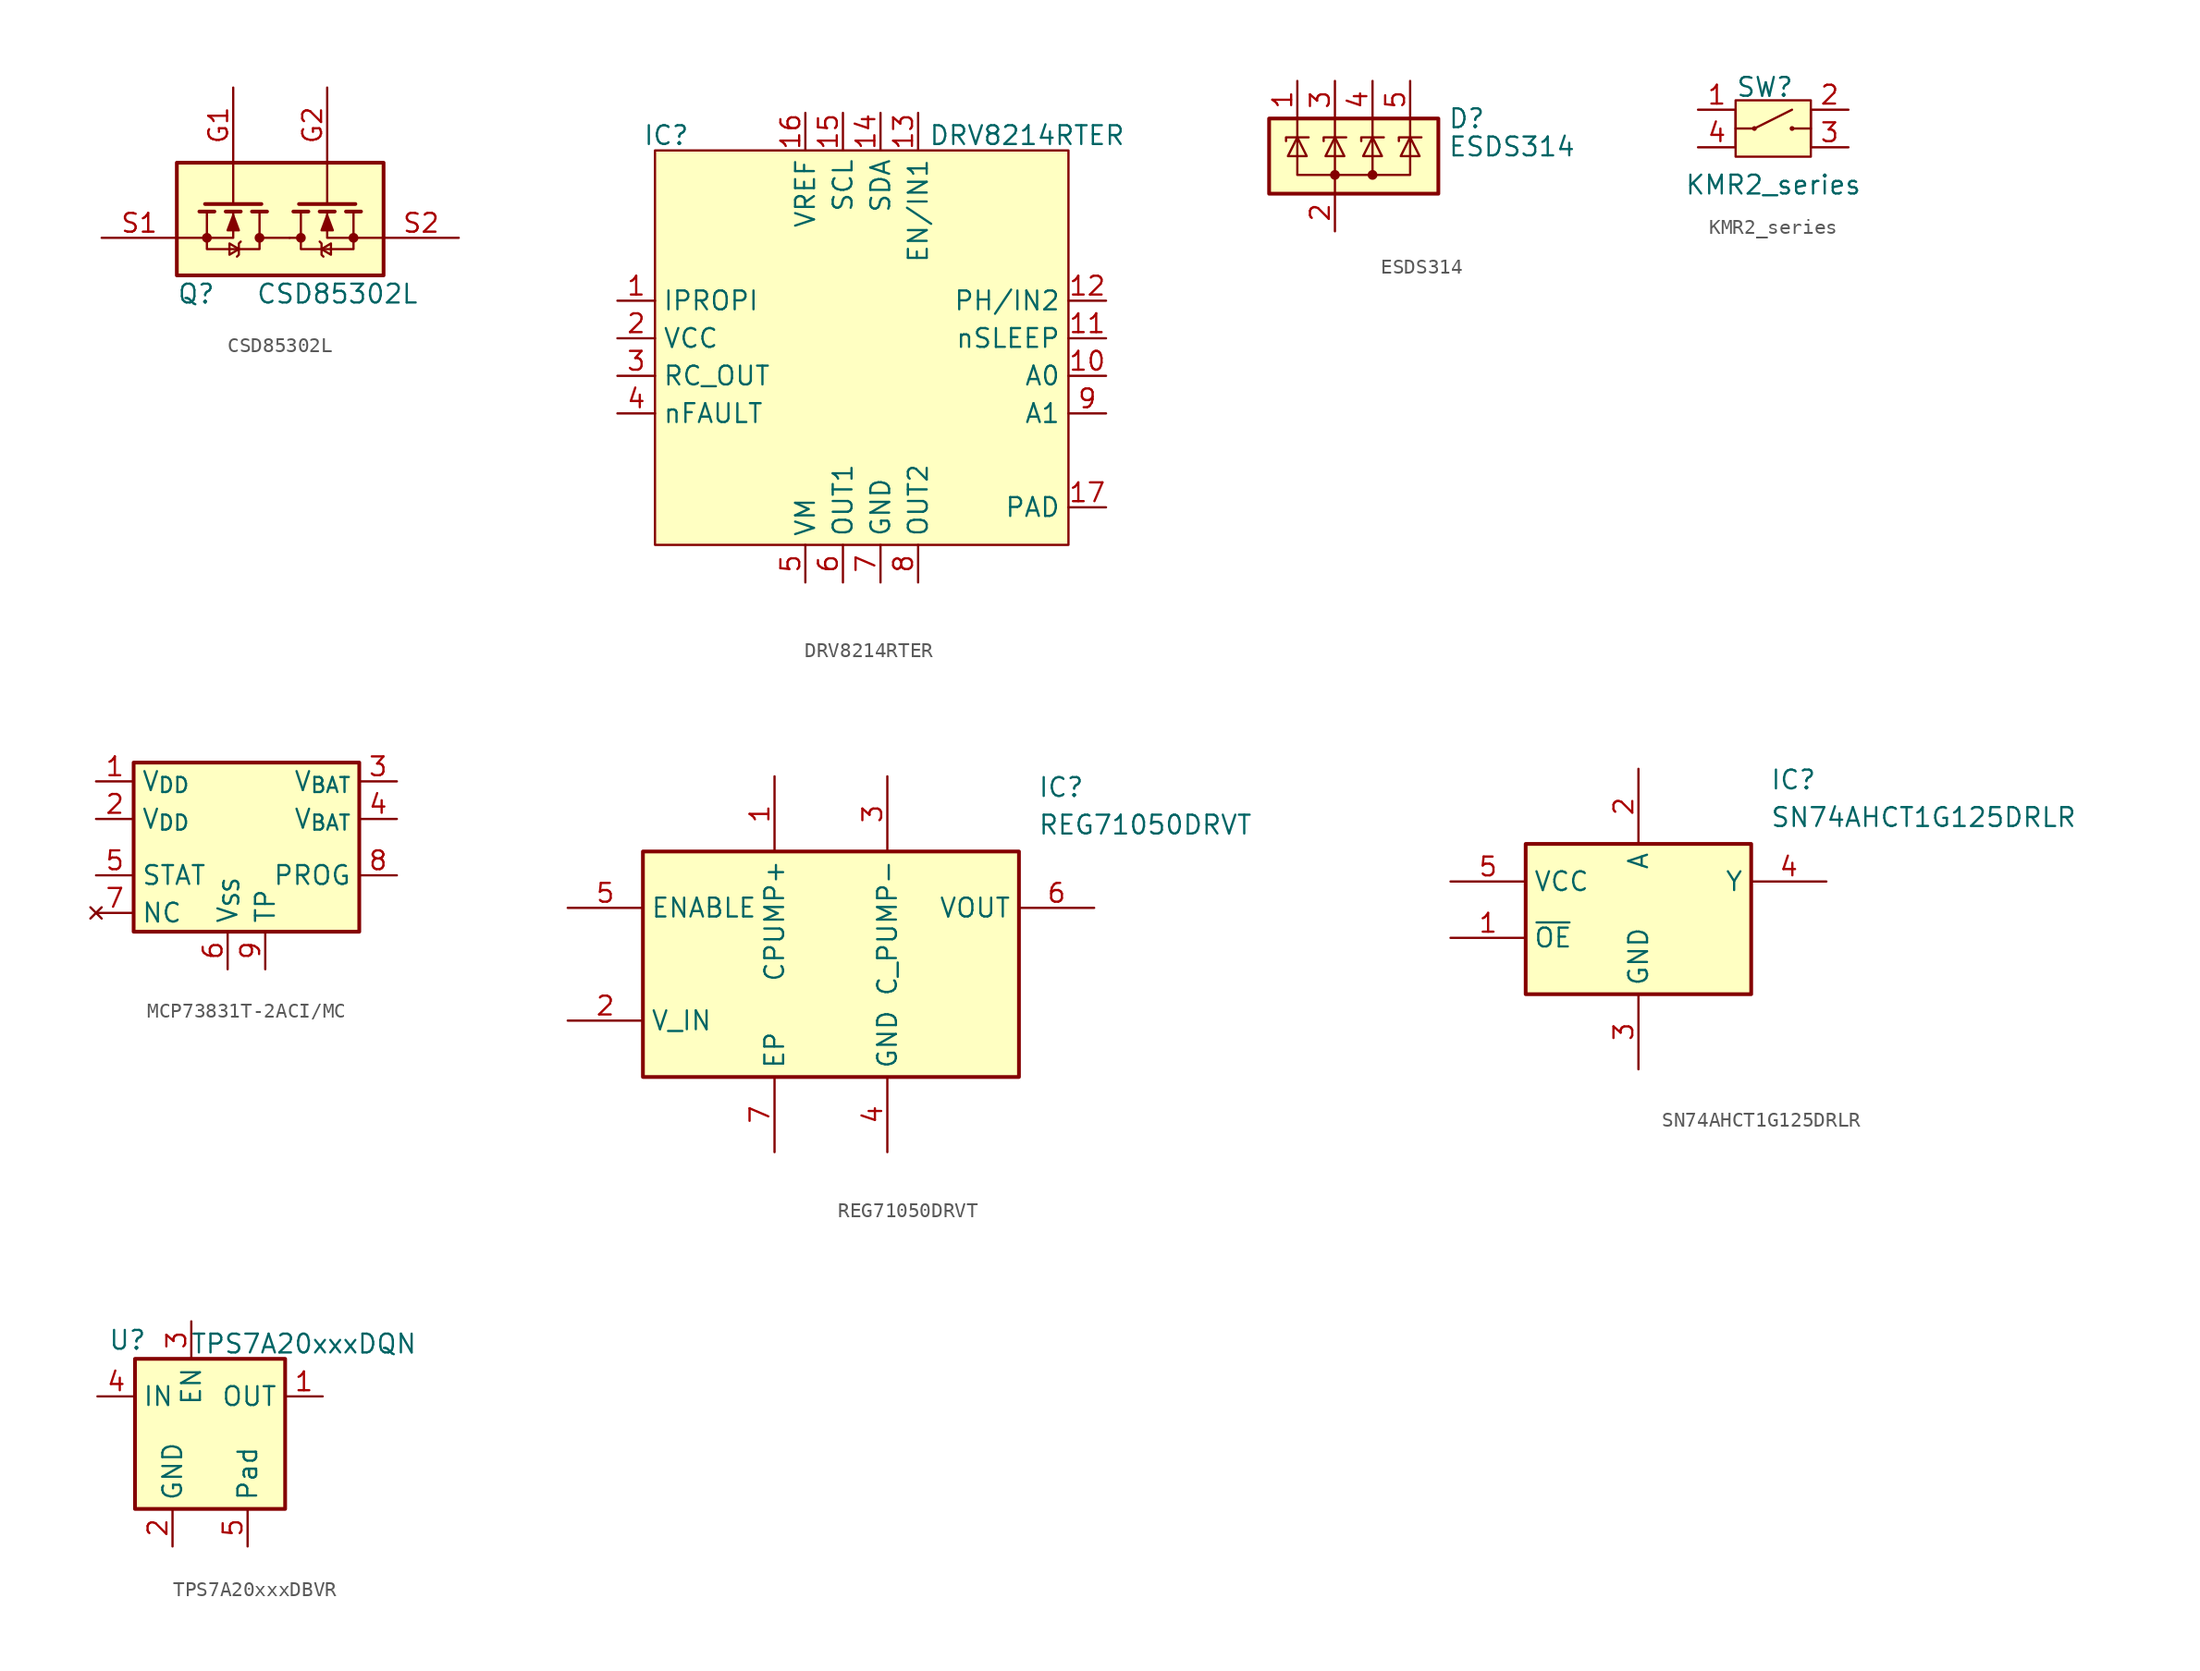
<source format=kicad_sym>
(kicad_symbol_lib
  (version 20241209)
  (generator "kicad_symbol_editor")
  (generator_version "9.0")
  (symbol "CSD85302L"
    (property "Reference" "Q"
      (at -6.35 -4.318 0)
      (effects (font (size 1.27 1.27)) (justify left top)))
    (property "Value" "CSD85302L"
      (at -1.016 -4.318 0)
      (effects (font (size 1.27 1.27)) (justify left top)))
    (symbol "CSD85302L_0_1"
      (polyline (pts (xy -6.35 -1.27) (xy -2.54 -1.27) (xy -2.54 0.508)) (stroke (width 0) (type default)) (fill (type none)))
      (polyline (pts (xy -4.318 0.508) (xy -4.318 -2.032) (xy -0.762 -2.032) (xy -0.762 0.508)) (stroke (width 0) (type default)) (fill (type none)))
      (circle (center -4.318 -1.27) (radius 0.254) (stroke (width 0) (type default)) (fill (type outline)))
      (polyline (pts (xy -3.81 0.508) (xy -4.826 0.508)) (stroke (width 0.254) (type default)) (fill (type none)))
      (polyline (pts (xy -2.54 1.016) (xy -2.54 3.81)) (stroke (width 0) (type default)) (fill (type none)))
      (polyline (pts (xy -2.54 0.254) (xy -2.159 -0.762) (xy -2.921 -0.762) (xy -2.54 0.254)) (stroke (width 0) (type default)) (fill (type outline)))
      (polyline (pts (xy -2.159 -2.032) (xy -2.794 -1.651) (xy -2.794 -2.413) (xy -2.159 -2.032)) (stroke (width 0) (type default)) (fill (type none)))
      (polyline (pts (xy -2.032 0.508) (xy -3.048 0.508)) (stroke (width 0.254) (type default)) (fill (type none)))
      (polyline (pts (xy -2.032 -1.524) (xy -2.159 -1.651) (xy -2.159 -2.413) (xy -2.286 -2.54)) (stroke (width 0) (type default)) (fill (type none)))
      (circle (center -0.762 -1.27) (radius 0.254) (stroke (width 0) (type default)) (fill (type outline)))
      (polyline (pts (xy -0.635 1.016) (xy -4.445 1.016)) (stroke (width 0.254) (type default)) (fill (type none)))
      (polyline (pts (xy -0.254 0.508) (xy -1.27 0.508)) (stroke (width 0.254) (type default)) (fill (type none)))
      (polyline (pts (xy 1.27 -1.27) (xy -0.762 -1.27)) (stroke (width 0) (type default)) (fill (type none)))
      (polyline (pts (xy 1.27 -1.27) (xy 2.032 -1.27)) (stroke (width 0) (type default)) (fill (type none)))
      (polyline (pts (xy 1.524 0.508) (xy 2.54 0.508)) (stroke (width 0.254) (type default)) (fill (type none)))
      (polyline (pts (xy 1.905 1.016) (xy 5.715 1.016)) (stroke (width 0.254) (type default)) (fill (type none)))
      (circle (center 2.032 -1.27) (radius 0.254) (stroke (width 0) (type default)) (fill (type outline)))
      (polyline (pts (xy 3.302 0.508) (xy 4.318 0.508)) (stroke (width 0.254) (type default)) (fill (type none)))
      (polyline (pts (xy 3.302 -1.524) (xy 3.429 -1.651) (xy 3.429 -2.413) (xy 3.556 -2.54)) (stroke (width 0) (type default)) (fill (type none)))
      (polyline (pts (xy 3.429 -2.032) (xy 4.064 -1.651) (xy 4.064 -2.413) (xy 3.429 -2.032)) (stroke (width 0) (type default)) (fill (type none)))
      (polyline (pts (xy 3.81 1.016) (xy 3.81 3.81)) (stroke (width 0) (type default)) (fill (type none)))
      (polyline (pts (xy 3.81 0.254) (xy 3.429 -0.762) (xy 4.191 -0.762) (xy 3.81 0.254)) (stroke (width 0) (type default)) (fill (type outline)))
      (polyline (pts (xy 5.08 0.508) (xy 6.096 0.508)) (stroke (width 0.254) (type default)) (fill (type none)))
      (polyline (pts (xy 5.588 0.508) (xy 5.588 -2.032) (xy 2.032 -2.032) (xy 2.032 0.508)) (stroke (width 0) (type default)) (fill (type none)))
      (circle (center 5.588 -1.27) (radius 0.254) (stroke (width 0) (type default)) (fill (type outline)))
      (polyline (pts (xy 7.62 -1.27) (xy 3.81 -1.27) (xy 3.81 0.508)) (stroke (width 0) (type default)) (fill (type none))))
    (symbol "CSD85302L_1_1"
      (rectangle (start -6.35 3.81) (end 7.62 -3.81) (stroke (width 0.254) (type default)) (fill (type background)))
      (pin passive line (at -11.43 -1.27 0) (length 5.08) (name "" (effects (font (size 1.27 1.27)))) (number "S1" (effects (font (size 1.27 1.27)))))
      (pin passive line (at -2.54 8.89 270) (length 5.08) (name "" (effects (font (size 1.27 1.27)))) (number "G1" (effects (font (size 1.27 1.27)))))
      (pin passive line (at 3.81 8.89 270) (length 5.08) (name "" (effects (font (size 1.27 1.27)))) (number "G2" (effects (font (size 1.27 1.27)))))
      (pin passive line (at 12.7 -1.27 180) (length 5.08) (name "" (effects (font (size 1.27 1.27)))) (number "S2" (effects (font (size 1.27 1.27)))))))
  (symbol "DRV8214RTER"
    (property "Reference" "IC"
      (at -13.208 13.716 0)
      (effects (font (size 1.27 1.27))))
    (property "Value" "DRV8214RTER"
      (at 11.176 13.716 0)
      (effects (font (size 1.27 1.27))))
    (symbol "DRV8214RTER_1_1"
      (rectangle (start -13.97 12.7) (end 13.97 -13.97) (stroke (width 0) (type solid)) (fill (type background)))
      (pin passive line (at -16.51 2.54 0) (length 2.54) (name "IPROPI" (effects (font (size 1.27 1.27)))) (number "1" (effects (font (size 1.27 1.27)))))
      (pin passive line (at -16.51 0 0) (length 2.54) (name "VCC" (effects (font (size 1.27 1.27)))) (number "2" (effects (font (size 1.27 1.27)))))
      (pin passive line (at -16.51 -2.54 0) (length 2.54) (name "RC_OUT" (effects (font (size 1.27 1.27)))) (number "3" (effects (font (size 1.27 1.27)))))
      (pin passive line (at -16.51 -5.08 0) (length 2.54) (name "nFAULT" (effects (font (size 1.27 1.27)))) (number "4" (effects (font (size 1.27 1.27)))))
      (pin passive line (at -3.81 15.24 270) (length 2.54) (name "VREF" (effects (font (size 1.27 1.27)))) (number "16" (effects (font (size 1.27 1.27)))))
      (pin passive line (at -3.81 -16.51 90) (length 2.54) (name "VM" (effects (font (size 1.27 1.27)))) (number "5" (effects (font (size 1.27 1.27)))))
      (pin passive line (at -1.27 15.24 270) (length 2.54) (name "SCL" (effects (font (size 1.27 1.27)))) (number "15" (effects (font (size 1.27 1.27)))))
      (pin passive line (at -1.27 -16.51 90) (length 2.54) (name "OUT1" (effects (font (size 1.27 1.27)))) (number "6" (effects (font (size 1.27 1.27)))))
      (pin passive line (at 1.27 15.24 270) (length 2.54) (name "SDA" (effects (font (size 1.27 1.27)))) (number "14" (effects (font (size 1.27 1.27)))))
      (pin passive line (at 1.27 -16.51 90) (length 2.54) (name "GND" (effects (font (size 1.27 1.27)))) (number "7" (effects (font (size 1.27 1.27)))))
      (pin passive line (at 3.81 15.24 270) (length 2.54) (name "EN/IN1" (effects (font (size 1.27 1.27)))) (number "13" (effects (font (size 1.27 1.27)))))
      (pin passive line (at 3.81 -16.51 90) (length 2.54) (name "OUT2" (effects (font (size 1.27 1.27)))) (number "8" (effects (font (size 1.27 1.27)))))
      (pin passive line (at 16.51 2.54 180) (length 2.54) (name "PH/IN2" (effects (font (size 1.27 1.27)))) (number "12" (effects (font (size 1.27 1.27)))))
      (pin passive line (at 16.51 0 180) (length 2.54) (name "nSLEEP" (effects (font (size 1.27 1.27)))) (number "11" (effects (font (size 1.27 1.27)))))
      (pin passive line (at 16.51 -2.54 180) (length 2.54) (name "A0" (effects (font (size 1.27 1.27)))) (number "10" (effects (font (size 1.27 1.27)))))
      (pin passive line (at 16.51 -5.08 180) (length 2.54) (name "A1" (effects (font (size 1.27 1.27)))) (number "9" (effects (font (size 1.27 1.27)))))
      (pin passive line (at 16.51 -11.43 180) (length 2.54) (name "PAD" (effects (font (size 1.27 1.27)))) (number "17" (effects (font (size 1.27 1.27)))))))
  (symbol "ESDS314"
    (pin_names
      (hide yes))
    (property "Reference" "D"
      (at 7.62 2.54 0)
      (effects (font (size 1.27 1.27)) (justify left)))
    (property "Value" "ESDS314"
      (at 7.62 0.635 0)
      (effects (font (size 1.27 1.27)) (justify left)))
    (symbol "ESDS314_0_1"
      (rectangle (start -4.445 2.54) (end 6.985 -2.54) (stroke (width 0.254) (type default)) (fill (type background)))
      (polyline (pts (xy -3.302 1.016) (xy -3.302 1.27) (xy -1.778 1.27)) (stroke (width 0) (type default)) (fill (type none)))
      (polyline (pts (xy -2.54 2.54) (xy -2.54 1.27)) (stroke (width 0) (type default)) (fill (type none)))
      (polyline (pts (xy -2.54 1.27) (xy -2.54 -1.27) (xy 2.54 -1.27) (xy 2.54 1.27)) (stroke (width 0) (type default)) (fill (type none)))
      (polyline (pts (xy -2.54 1.27) (xy -1.905 0) (xy -3.175 0) (xy -2.54 1.27)) (stroke (width 0) (type default)) (fill (type none)))
      (polyline (pts (xy 0 2.54) (xy 0 1.27)) (stroke (width 0) (type default)) (fill (type none)))
      (polyline (pts (xy 0 -1.27) (xy 0 1.27)) (stroke (width 0) (type default)) (fill (type none)))
      (polyline (pts (xy 0 -1.27) (xy 0 -2.54)) (stroke (width 0) (type default)) (fill (type none)))
      (circle (center 0 -1.27) (radius 0.254) (stroke (width 0) (type default)) (fill (type outline)))
      (polyline (pts (xy 0.635 0) (xy -0.635 0) (xy 0 1.27) (xy 0.635 0)) (stroke (width 0) (type default)) (fill (type none)))
      (polyline (pts (xy 0.762 1.27) (xy -0.762 1.27) (xy -0.762 1.016)) (stroke (width 0) (type default)) (fill (type none)))
      (polyline (pts (xy 1.778 1.016) (xy 1.778 1.27) (xy 3.175 1.27) (xy 3.302 1.27)) (stroke (width 0) (type default)) (fill (type none)))
      (polyline (pts (xy 2.54 2.54) (xy 2.54 1.27)) (stroke (width 0) (type default)) (fill (type none)))
      (polyline (pts (xy 2.54 1.27) (xy 1.905 0) (xy 3.175 0) (xy 2.54 1.27)) (stroke (width 0) (type default)) (fill (type none)))
      (circle (center 2.54 -1.27) (radius 0.254) (stroke (width 0) (type default)) (fill (type outline)))
      (polyline (pts (xy 4.318 1.016) (xy 4.318 1.27) (xy 5.715 1.27) (xy 5.842 1.27)) (stroke (width 0) (type default)) (fill (type none)))
      (polyline (pts (xy 5.08 2.54) (xy 5.08 1.27)) (stroke (width 0) (type default)) (fill (type none)))
      (polyline (pts (xy 5.08 1.27) (xy 5.08 -1.27) (xy 2.54 -1.27)) (stroke (width 0) (type default)) (fill (type none)))
      (polyline (pts (xy 5.08 1.27) (xy 4.445 0) (xy 5.715 0) (xy 5.08 1.27)) (stroke (width 0) (type default)) (fill (type none))))
    (symbol "ESDS314_1_0"
      (pin passive line (at 0 -5.08 90) (length 2.54) (name "GND" (effects (font (size 1.27 1.27)))) (number "2" (effects (font (size 1.27 1.27))))))
    (symbol "ESDS314_1_1"
      (pin passive line (at -2.54 5.08 270) (length 2.54) (name "I/O1" (effects (font (size 1.27 1.27)))) (number "1" (effects (font (size 1.27 1.27)))))
      (pin passive line (at 0 5.08 270) (length 2.54) (name "I/O2" (effects (font (size 1.27 1.27)))) (number "3" (effects (font (size 1.27 1.27)))))
      (pin passive line (at 2.54 5.08 270) (length 2.54) (name "I/O3" (effects (font (size 1.27 1.27)))) (number "4" (effects (font (size 1.27 1.27)))))
      (pin passive line (at 5.08 5.08 270) (length 2.54) (name "I/O4" (effects (font (size 1.27 1.27)))) (number "5" (effects (font (size 1.27 1.27)))))))
  (symbol "KMR2_series"
    (pin_names
      (offset 1.016)
      (hide yes))
    (property "Reference" "SW"
      (at -2.54 4.064 0)
      (effects (font (size 1.27 1.27)) (justify left)))
    (property "Value" "KMR2_series"
      (at 0 -2.54 0)
      (effects (font (size 1.27 1.27))))
    (symbol "KMR2_series_0_1"
      (polyline (pts (xy -2.54 1.27) (xy -1.27 1.27)) (stroke (width 0) (type default)) (fill (type none)))
      (polyline (pts (xy -2.54 0) (xy -2.54 2.54)) (stroke (width 0) (type default)) (fill (type none)))
      (circle (center -1.27 1.27) (radius 0.087) (stroke (width 0) (type default)) (fill (type none)))
      (polyline (pts (xy -1.27 1.27) (xy 1.27 2.54)) (stroke (width 0) (type default)) (fill (type none)))
      (circle (center 1.27 1.27) (radius 0.087) (stroke (width 0) (type default)) (fill (type none)))
      (polyline (pts (xy 2.54 2.54) (xy 2.54 0)) (stroke (width 0) (type default)) (fill (type none)))
      (polyline (pts (xy 2.54 1.27) (xy 1.27 1.27)) (stroke (width 0) (type default)) (fill (type none)))
      (pin passive line (at -5.08 2.54 0) (length 2.54) (name "1" (effects (font (size 1.27 1.27)))) (number "1" (effects (font (size 1.27 1.27))))))
    (symbol "KMR2_series_1_1"
      (rectangle (start -2.54 3.175) (end 2.54 -0.635) (stroke (width 0) (type solid)) (fill (type background)))
      (pin passive line (at -5.08 0 0) (length 2.54) (name "4" (effects (font (size 1.27 1.27)))) (number "4" (effects (font (size 1.27 1.27)))))
      (pin passive line (at 5.08 2.54 180) (length 2.54) (name "2" (effects (font (size 1.27 1.27)))) (number "2" (effects (font (size 1.27 1.27)))))
      (pin passive line (at 5.08 0 180) (length 2.54) (name "3" (effects (font (size 1.27 1.27)))) (number "3" (effects (font (size 1.27 1.27)))))))
  (symbol "MCP73831T-2ACI/MC"
    (property "Reference" "U"
      (at -5.842 -7.366 0)
      (effects (font (size 1.27 1.27)) (hide yes)))
    (symbol "MCP73831T-2ACI/MC_0_1"
      (rectangle (start -6.35 5.08) (end 8.89 -6.35) (stroke (width 0.254) (type default)) (fill (type background))))
    (symbol "MCP73831T-2ACI/MC_1_1"
      (pin power_in line (at -8.89 3.81 0) (length 2.54) (name "V_{DD}" (effects (font (size 1.27 1.27)))) (number "1" (effects (font (size 1.27 1.27)))))
      (pin power_in line (at -8.89 1.27 0) (length 2.54) (name "V_{DD}" (effects (font (size 1.27 1.27)))) (number "2" (effects (font (size 1.27 1.27)))))
      (pin tri_state line (at -8.89 -2.54 0) (length 2.54) (name "STAT" (effects (font (size 1.27 1.27)))) (number "5" (effects (font (size 1.27 1.27)))))
      (pin no_connect line (at -8.89 -5.08 0) (length 2.54) (name "NC" (effects (font (size 1.27 1.27)))) (number "7" (effects (font (size 1.27 1.27)))))
      (pin power_in line (at 0 -8.89 90) (length 2.54) (name "V_{SS}" (effects (font (size 1.27 1.27)))) (number "6" (effects (font (size 1.27 1.27)))))
      (pin power_in line (at 2.54 -8.89 90) (length 2.54) (name "TP" (effects (font (size 1.27 1.27)))) (number "9" (effects (font (size 1.27 1.27)))))
      (pin power_out line (at 11.43 3.81 180) (length 2.54) (name "V_{BAT}" (effects (font (size 1.27 1.27)))) (number "3" (effects (font (size 1.27 1.27)))))
      (pin passive line (at 11.43 1.27 180) (length 2.54) (name "V_{BAT}" (effects (font (size 1.27 1.27)))) (number "4" (effects (font (size 1.27 1.27)))))
      (pin input line (at 11.43 -2.54 180) (length 2.54) (name "PROG" (effects (font (size 1.27 1.27)))) (number "8" (effects (font (size 1.27 1.27)))))))
  (symbol "REG71050DRVT"
    (property "Reference" "IC"
      (at 13.97 11.43 0)
      (effects (font (size 1.27 1.27)) (justify left top)))
    (property "Value" "REG71050DRVT"
      (at 13.97 8.89 0)
      (effects (font (size 1.27 1.27)) (justify left top)))
    (symbol "REG71050DRVT_1_1"
      (rectangle (start -12.7 6.35) (end 12.7 -8.89) (stroke (width 0.254) (type default)) (fill (type background)))
      (pin passive line (at -17.78 2.54 0) (length 5.08) (name "ENABLE" (effects (font (size 1.27 1.27)))) (number "5" (effects (font (size 1.27 1.27)))))
      (pin passive line (at -17.78 -5.08 0) (length 5.08) (name "V_IN" (effects (font (size 1.27 1.27)))) (number "2" (effects (font (size 1.27 1.27)))))
      (pin passive line (at -3.81 11.43 270) (length 5.08) (name "CPUMP+" (effects (font (size 1.27 1.27)))) (number "1" (effects (font (size 1.27 1.27)))))
      (pin passive line (at -3.81 -13.97 90) (length 5.08) (name "EP" (effects (font (size 1.27 1.27)))) (number "7" (effects (font (size 1.27 1.27)))))
      (pin passive line (at 3.81 11.43 270) (length 5.08) (name "C_PUMP-" (effects (font (size 1.27 1.27)))) (number "3" (effects (font (size 1.27 1.27)))))
      (pin passive line (at 3.81 -13.97 90) (length 5.08) (name "GND" (effects (font (size 1.27 1.27)))) (number "4" (effects (font (size 1.27 1.27)))))
      (pin passive line (at 17.78 2.54 180) (length 5.08) (name "VOUT" (effects (font (size 1.27 1.27)))) (number "6" (effects (font (size 1.27 1.27)))))))
  (symbol "SN74AHCT1G125DRLR"
    (property "Reference" "IC"
      (at 8.89 8.89 0)
      (effects (font (size 1.27 1.27)) (justify left top)))
    (property "Value" "SN74AHCT1G125DRLR"
      (at 8.89 6.35 0)
      (effects (font (size 1.27 1.27)) (justify left top)))
    (symbol "SN74AHCT1G125DRLR_1_1"
      (rectangle (start -7.62 3.81) (end 7.62 -6.35) (stroke (width 0.254) (type default)) (fill (type background)))
      (pin passive line (at -12.7 1.27 0) (length 5.08) (name "VCC" (effects (font (size 1.27 1.27)))) (number "5" (effects (font (size 1.27 1.27)))))
      (pin passive line (at -12.7 -2.54 0) (length 5.08) (name "~{OE}" (effects (font (size 1.27 1.27)))) (number "1" (effects (font (size 1.27 1.27)))))
      (pin passive line (at 0 8.89 270) (length 5.08) (name "A" (effects (font (size 1.27 1.27)))) (number "2" (effects (font (size 1.27 1.27)))))
      (pin passive line (at 0 -11.43 90) (length 5.08) (name "GND" (effects (font (size 1.27 1.27)))) (number "3" (effects (font (size 1.27 1.27)))))
      (pin passive line (at 12.7 1.27 180) (length 5.08) (name "Y" (effects (font (size 1.27 1.27)))) (number "4" (effects (font (size 1.27 1.27)))))))
  (symbol "TPS7A20xxxDBVR"
    (property "Reference" "U"
      (at -5.588 6.35 0)
      (effects (font (size 1.27 1.27))))
    (property "Value" "TPS7A20xxxDQN"
      (at 6.35 6.096 0)
      (effects (font (size 1.27 1.27))))
    (symbol "TPS7A20xxxDBVR_0_1"
      (rectangle (start -5.08 5.08) (end 5.08 -5.08) (stroke (width 0.254) (type default)) (fill (type background)))
      (pin power_in line (at -7.62 2.54 0) (length 2.54) (name "IN" (effects (font (size 1.27 1.27)))) (number "4" (effects (font (size 1.27 1.27)))))
      (pin power_in line (at -2.54 -7.62 90) (length 2.54) (name "GND" (effects (font (size 1.27 1.27)))) (number "2" (effects (font (size 1.27 1.27)))))
      (pin input line (at -1.27 7.62 270) (length 2.54) (name "EN" (effects (font (size 1.27 1.27)))) (number "3" (effects (font (size 1.27 1.27)))))
      (pin power_out line (at 7.62 2.54 180) (length 2.54) (name "OUT" (effects (font (size 1.27 1.27)))) (number "1" (effects (font (size 1.27 1.27))))))
    (symbol "TPS7A20xxxDBVR_1_1"
      (pin passive line (at 2.54 -7.62 90) (length 2.54) (name "Pad" (effects (font (size 1.27 1.27)))) (number "5" (effects (font (size 1.27 1.27))))))))
</source>
